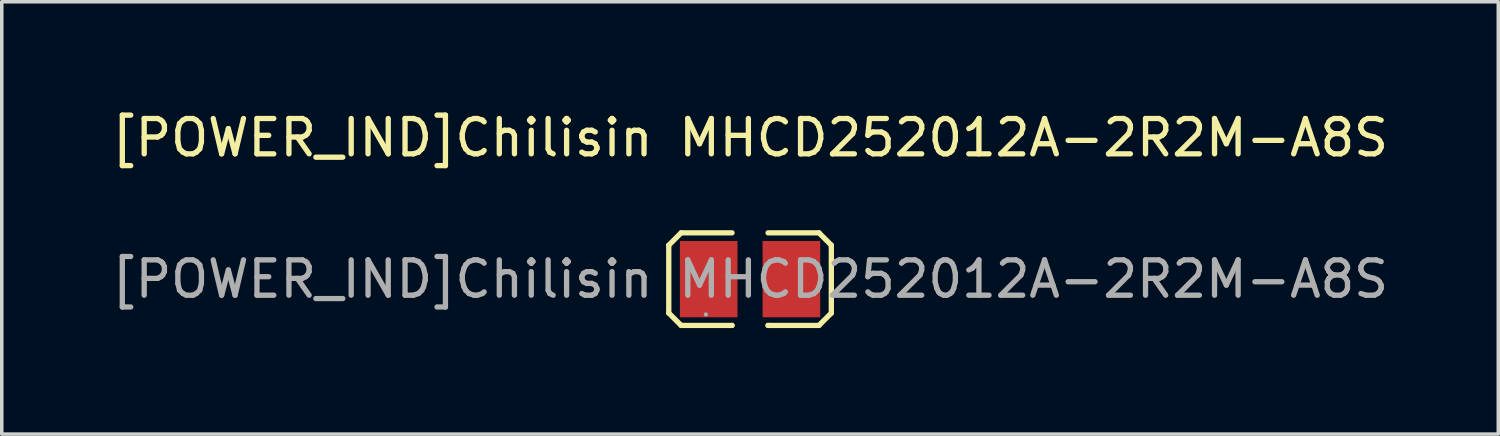
<source format=kicad_pcb>
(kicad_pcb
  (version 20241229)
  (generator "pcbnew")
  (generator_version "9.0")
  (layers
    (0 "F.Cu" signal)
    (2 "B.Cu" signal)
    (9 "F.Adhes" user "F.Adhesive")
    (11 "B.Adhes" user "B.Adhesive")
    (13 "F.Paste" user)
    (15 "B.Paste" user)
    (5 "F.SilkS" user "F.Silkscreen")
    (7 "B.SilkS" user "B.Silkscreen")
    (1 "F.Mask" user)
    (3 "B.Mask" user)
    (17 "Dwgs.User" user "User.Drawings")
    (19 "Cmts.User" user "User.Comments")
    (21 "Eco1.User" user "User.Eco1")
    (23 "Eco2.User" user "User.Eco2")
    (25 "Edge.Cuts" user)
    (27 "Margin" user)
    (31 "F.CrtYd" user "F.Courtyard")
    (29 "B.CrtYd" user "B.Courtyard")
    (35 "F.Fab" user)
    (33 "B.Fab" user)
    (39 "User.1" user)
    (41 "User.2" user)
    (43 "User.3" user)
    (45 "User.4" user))
  (footprint "[POWER_IND]Chilisin MHCD252012A-2R2M-A8S"
    (layer "F.Cu")
    (at 18.173 4.848)
    (property "Reference" "[POWER_IND]Chilisin MHCD252012A-2R2M-A8S" (at 0 -4 0) (layer "F.SilkS") (effects (font (size 1 1) (thickness 0.15))))
    (attr smd)
    (fp_line (start -2.3 -0.96) (end -1.95 -1.31) (stroke (width 0.15) (type solid)) (layer "F.SilkS"))
    (fp_line (start -2.3 0.96) (end -2.3 -0.96) (stroke (width 0.15) (type solid)) (layer "F.SilkS"))
    (fp_line (start -1.95 -1.31) (end -0.51 -1.31) (stroke (width 0.15) (type solid)) (layer "F.SilkS"))
    (fp_line (start -1.95 1.31) (end -2.3 0.96) (stroke (width 0.15) (type solid)) (layer "F.SilkS"))
    (fp_line (start -0.51 1.31) (end -1.95 1.31) (stroke (width 0.15) (type solid)) (layer "F.SilkS"))
    (fp_line (start -0.51 1.31) (end -0.51 1.31) (stroke (width 0.15) (type solid)) (layer "F.SilkS"))
    (fp_line (start 0.51 1.31) (end 0.51 1.31) (stroke (width 0.15) (type solid)) (layer "F.SilkS"))
    (fp_line (start 0.51 1.31) (end 1.95 1.31) (stroke (width 0.15) (type solid)) (layer "F.SilkS"))
    (fp_line (start 1.95 -1.31) (end 0.51 -1.31) (stroke (width 0.15) (type solid)) (layer "F.SilkS"))
    (fp_line (start 1.95 1.31) (end 2.3 0.96) (stroke (width 0.15) (type solid)) (layer "F.SilkS"))
    (fp_line (start 2.3 -0.96) (end 1.95 -1.31) (stroke (width 0.15) (type solid)) (layer "F.SilkS"))
    (fp_line (start 2.3 0.96) (end 2.3 -0.96) (stroke (width 0.15) (type solid)) (layer "F.SilkS"))
    (fp_circle (center -1.25 1) (end -1.22 1) (stroke (width 0.06) (type solid)) (fill no) (layer "F.Fab"))
    (fp_text user "${REFERENCE}" (at 0 0 0) (layer "F.Fab") (effects (font (size 1 1) (thickness 0.15))))
    (pad "1" smd rect (at -1.17 0) (size 1.63 2.16) (layers "F.Cu" "F.Mask" "F.Paste"))
    (pad "2" smd rect (at 1.17 0) (size 1.63 2.16) (layers "F.Cu" "F.Mask" "F.Paste")))
  (gr_rect
    (start -3 -3)
    (end 39.345 9.233)
    (stroke (width 0.1) (type default))
    (fill no)
    (layer "Edge.Cuts")))
</source>
